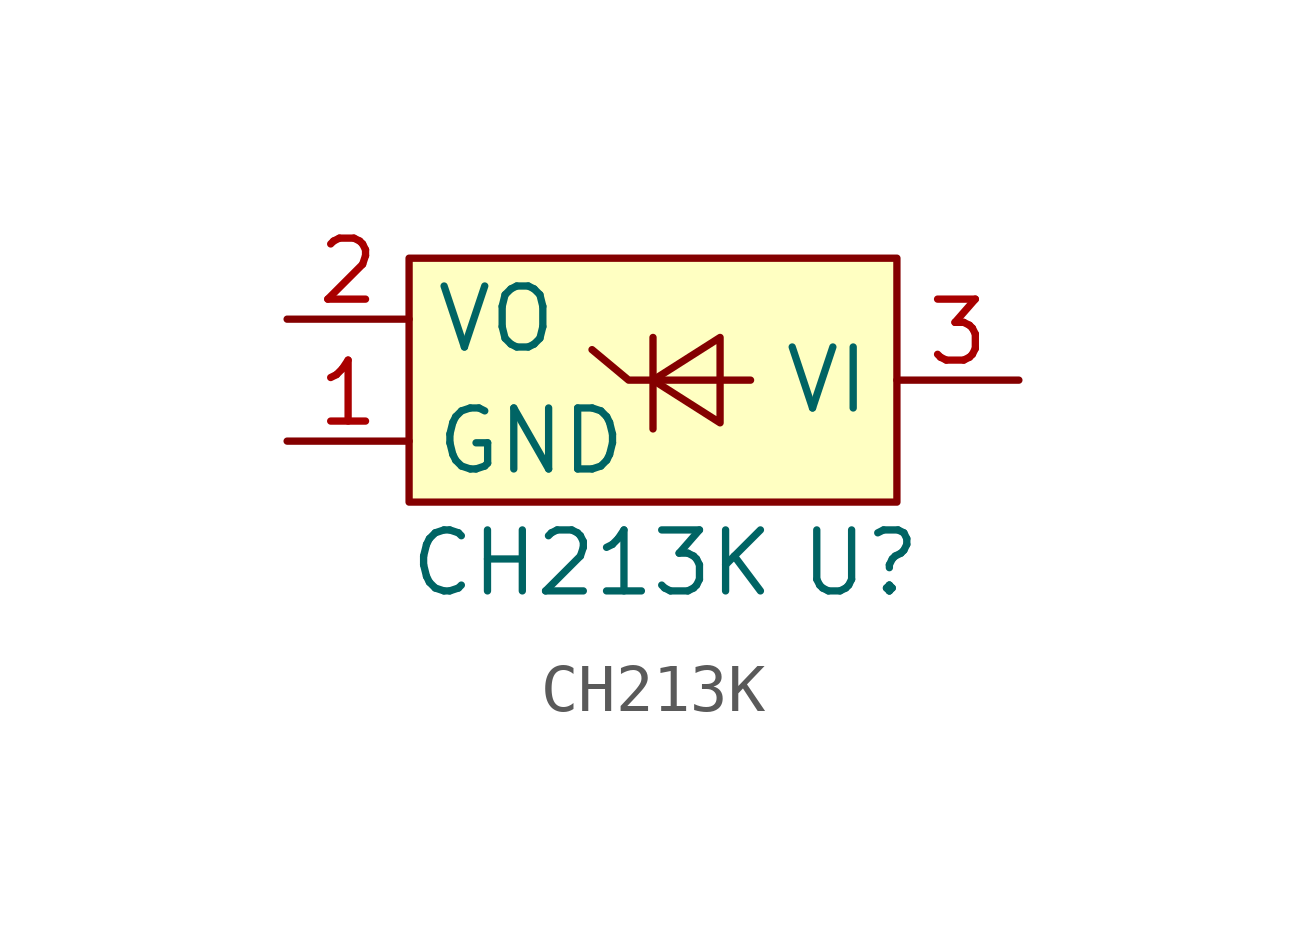
<source format=kicad_sym>
(kicad_symbol_lib
  (version 20220914)
  (generator kicad_symbol_editor)
  (symbol "CH213K"
    (property "Reference" "U"
      (at 4.318 -3.81 0)
      (effects (font (size 1.27 1.27))))
    (property "Value" "CH213K"
      (at -1.27 -3.81 0)
      (effects (font (size 1.27 1.27))))
    (symbol "CH213K_0_1"
      (rectangle (start -5.08 2.54) (end 5.08 -2.54) (stroke (width 0) (type default)) (fill (type background)))
      (polyline (pts (xy 0 0.889) (xy 0 -1.016)) (stroke (width 0) (type default)) (fill (type none)))
      (polyline (pts (xy 2.032 0) (xy -0.508 0) (xy -1.27 0.635)) (stroke (width 0) (type default)) (fill (type none)))
      (polyline (pts (xy 1.397 0.889) (xy 1.397 -0.889) (xy 0 0) (xy 1.397 0.889)) (stroke (width 0) (type default)) (fill (type none))))
    (symbol "CH213K_1_1"
      (pin power_in line (at -7.62 -1.27 0) (length 2.54) (name "GND" (effects (font (size 1.27 1.27)))) (number "1" (effects (font (size 1.27 1.27)))))
      (pin power_out line (at -7.62 1.27 0) (length 2.54) (name "VO" (effects (font (size 1.27 1.27)))) (number "2" (effects (font (size 1.27 1.27)))))
      (pin power_in line (at 7.62 0 180) (length 2.54) (name "VI" (effects (font (size 1.27 1.27)))) (number "3" (effects (font (size 1.27 1.27))))))))
</source>
